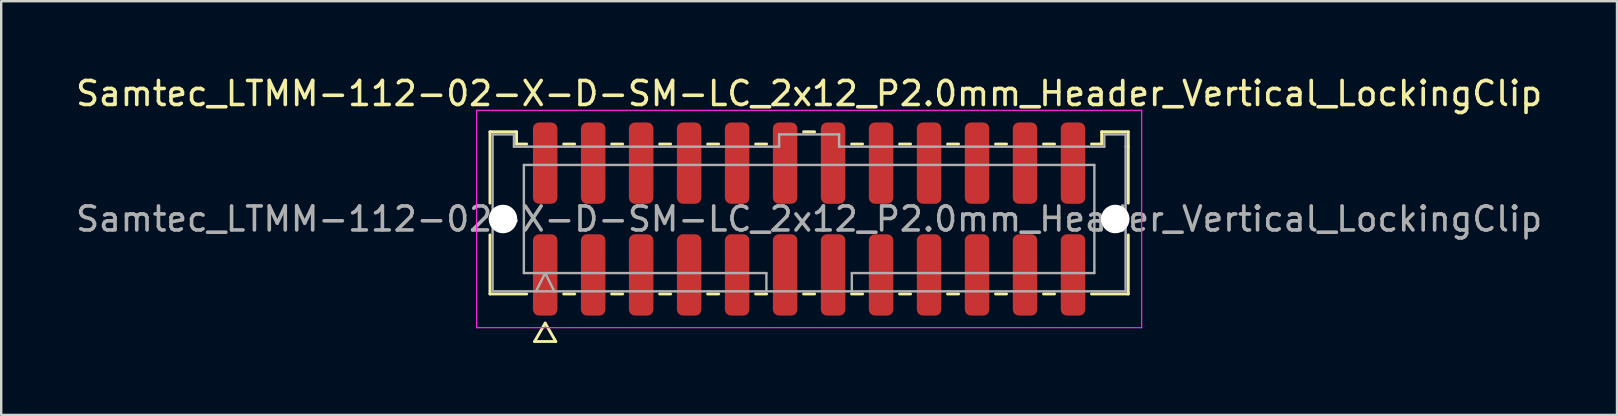
<source format=kicad_pcb>
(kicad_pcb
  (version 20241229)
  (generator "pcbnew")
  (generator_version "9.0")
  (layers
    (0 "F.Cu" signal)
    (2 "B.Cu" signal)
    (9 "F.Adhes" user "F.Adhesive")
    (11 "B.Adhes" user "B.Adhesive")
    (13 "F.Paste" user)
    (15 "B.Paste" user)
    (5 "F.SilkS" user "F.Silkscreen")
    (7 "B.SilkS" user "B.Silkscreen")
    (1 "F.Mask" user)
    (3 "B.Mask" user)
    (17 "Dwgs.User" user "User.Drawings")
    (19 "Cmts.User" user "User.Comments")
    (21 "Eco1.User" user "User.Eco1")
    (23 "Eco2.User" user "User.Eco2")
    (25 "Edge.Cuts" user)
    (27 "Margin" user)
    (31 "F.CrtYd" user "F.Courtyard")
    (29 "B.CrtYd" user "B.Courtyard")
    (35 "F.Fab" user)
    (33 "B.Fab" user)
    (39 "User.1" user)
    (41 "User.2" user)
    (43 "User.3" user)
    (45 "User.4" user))
  (footprint "Samtec_LTMM-112-02-X-D-SM-LC_2x12_P2.0mm_Header_Vertical_LockingClip"
    (layer "F.Cu")
    (at 30.673 6.078)
    (property "Reference" "Samtec_LTMM-112-02-X-D-SM-LC_2x12_P2.0mm_Header_Vertical_LockingClip" (at 0 -5.23 0) (layer "F.SilkS") (effects (font (size 1 1) (thickness 0.15))))
    (attr smd)
    (fp_line (start -13.302 -3.635) (end -12.193 -3.635) (stroke (width 0.12) (type solid)) (layer "F.SilkS"))
    (fp_line (start -13.302 -0.662) (end -13.302 -3.635) (stroke (width 0.12) (type solid)) (layer "F.SilkS"))
    (fp_line (start -13.302 3.125) (end -13.302 0.662) (stroke (width 0.12) (type solid)) (layer "F.SilkS"))
    (fp_line (start -12.193 -3.635) (end -12.193 -3.125) (stroke (width 0.12) (type solid)) (layer "F.SilkS"))
    (fp_line (start -12.193 -3.125) (end -11.77 -3.125) (stroke (width 0.12) (type solid)) (layer "F.SilkS"))
    (fp_line (start -11.77 3.125) (end -13.302 3.125) (stroke (width 0.12) (type solid)) (layer "F.SilkS"))
    (fp_line (start -11.442 5.105) (end -11 4.34) (stroke (width 0.12) (type solid)) (layer "F.SilkS"))
    (fp_line (start -11 4.34) (end -10.558 5.105) (stroke (width 0.12) (type solid)) (layer "F.SilkS"))
    (fp_line (start -10.558 5.105) (end -11.442 5.105) (stroke (width 0.12) (type solid)) (layer "F.SilkS"))
    (fp_line (start -10.23 -3.125) (end -9.77 -3.125) (stroke (width 0.12) (type solid)) (layer "F.SilkS"))
    (fp_line (start -9.77 3.125) (end -10.23 3.125) (stroke (width 0.12) (type solid)) (layer "F.SilkS"))
    (fp_line (start -8.23 -3.125) (end -7.77 -3.125) (stroke (width 0.12) (type solid)) (layer "F.SilkS"))
    (fp_line (start -7.77 3.125) (end -8.23 3.125) (stroke (width 0.12) (type solid)) (layer "F.SilkS"))
    (fp_line (start -6.23 -3.125) (end -5.77 -3.125) (stroke (width 0.12) (type solid)) (layer "F.SilkS"))
    (fp_line (start -5.77 3.125) (end -6.23 3.125) (stroke (width 0.12) (type solid)) (layer "F.SilkS"))
    (fp_line (start -4.23 -3.125) (end -3.77 -3.125) (stroke (width 0.12) (type solid)) (layer "F.SilkS"))
    (fp_line (start -3.77 3.125) (end -4.23 3.125) (stroke (width 0.12) (type solid)) (layer "F.SilkS"))
    (fp_line (start -2.23 -3.125) (end -1.77 -3.125) (stroke (width 0.12) (type solid)) (layer "F.SilkS"))
    (fp_line (start -1.77 3.125) (end -2.23 3.125) (stroke (width 0.12) (type solid)) (layer "F.SilkS"))
    (fp_line (start -0.23 -3.635) (end 0.23 -3.635) (stroke (width 0.12) (type solid)) (layer "F.SilkS"))
    (fp_line (start 0.23 3.125) (end -0.23 3.125) (stroke (width 0.12) (type solid)) (layer "F.SilkS"))
    (fp_line (start 1.77 -3.125) (end 2.23 -3.125) (stroke (width 0.12) (type solid)) (layer "F.SilkS"))
    (fp_line (start 2.23 3.125) (end 1.77 3.125) (stroke (width 0.12) (type solid)) (layer "F.SilkS"))
    (fp_line (start 3.77 -3.125) (end 4.23 -3.125) (stroke (width 0.12) (type solid)) (layer "F.SilkS"))
    (fp_line (start 4.23 3.125) (end 3.77 3.125) (stroke (width 0.12) (type solid)) (layer "F.SilkS"))
    (fp_line (start 5.77 -3.125) (end 6.23 -3.125) (stroke (width 0.12) (type solid)) (layer "F.SilkS"))
    (fp_line (start 6.23 3.125) (end 5.77 3.125) (stroke (width 0.12) (type solid)) (layer "F.SilkS"))
    (fp_line (start 7.77 -3.125) (end 8.23 -3.125) (stroke (width 0.12) (type solid)) (layer "F.SilkS"))
    (fp_line (start 8.23 3.125) (end 7.77 3.125) (stroke (width 0.12) (type solid)) (layer "F.SilkS"))
    (fp_line (start 9.77 -3.125) (end 10.23 -3.125) (stroke (width 0.12) (type solid)) (layer "F.SilkS"))
    (fp_line (start 10.23 3.125) (end 9.77 3.125) (stroke (width 0.12) (type solid)) (layer "F.SilkS"))
    (fp_line (start 11.77 -3.125) (end 12.193 -3.125) (stroke (width 0.12) (type solid)) (layer "F.SilkS"))
    (fp_line (start 12.193 -3.635) (end 13.302 -3.635) (stroke (width 0.12) (type solid)) (layer "F.SilkS"))
    (fp_line (start 12.193 -3.125) (end 12.193 -3.635) (stroke (width 0.12) (type solid)) (layer "F.SilkS"))
    (fp_line (start 13.302 -3.635) (end 13.302 -3.015) (stroke (width 0.12) (type solid)) (layer "F.SilkS"))
    (fp_line (start 13.302 -3.015) (end 13.302 -0.662) (stroke (width 0.12) (type solid)) (layer "F.SilkS"))
    (fp_line (start 13.302 0.662) (end 13.302 3.125) (stroke (width 0.12) (type solid)) (layer "F.SilkS"))
    (fp_line (start 13.302 3.125) (end 11.77 3.125) (stroke (width 0.12) (type solid)) (layer "F.SilkS"))
    (fp_line (start -13.86 -4.53) (end -13.86 4.53) (stroke (width 0.05) (type solid)) (layer "F.CrtYd"))
    (fp_line (start -13.86 4.53) (end 13.86 4.53) (stroke (width 0.05) (type solid)) (layer "F.CrtYd"))
    (fp_line (start 13.86 -4.53) (end -13.86 -4.53) (stroke (width 0.05) (type solid)) (layer "F.CrtYd"))
    (fp_line (start 13.86 4.53) (end 13.86 -4.53) (stroke (width 0.05) (type solid)) (layer "F.CrtYd"))
    (fp_line (start -13.191 -3.525) (end -12.303 -3.525) (stroke (width 0.1) (type solid)) (layer "F.Fab"))
    (fp_line (start -13.191 3.015) (end -13.191 -3.525) (stroke (width 0.1) (type solid)) (layer "F.Fab"))
    (fp_line (start -12.303 -3.525) (end -12.303 -3.015) (stroke (width 0.1) (type solid)) (layer "F.Fab"))
    (fp_line (start -12.303 -3.015) (end -1.25 -3.015) (stroke (width 0.1) (type solid)) (layer "F.Fab"))
    (fp_line (start -11.889 -2.253) (end 11.889 -2.253) (stroke (width 0.1) (type solid)) (layer "F.Fab"))
    (fp_line (start -11.889 2.253) (end -11.889 -2.253) (stroke (width 0.1) (type solid)) (layer "F.Fab"))
    (fp_line (start -11.381 3.015) (end -11 2.253) (stroke (width 0.1) (type solid)) (layer "F.Fab"))
    (fp_line (start -11 2.253) (end -10.619 3.015) (stroke (width 0.1) (type solid)) (layer "F.Fab"))
    (fp_line (start -1.78 2.253) (end -11.889 2.253) (stroke (width 0.1) (type solid)) (layer "F.Fab"))
    (fp_line (start -1.78 3.015) (end -1.78 2.253) (stroke (width 0.1) (type solid)) (layer "F.Fab"))
    (fp_line (start -1.25 -3.525) (end 1.25 -3.525) (stroke (width 0.1) (type solid)) (layer "F.Fab"))
    (fp_line (start -1.25 -3.015) (end -1.25 -3.525) (stroke (width 0.1) (type solid)) (layer "F.Fab"))
    (fp_line (start 1.25 -3.525) (end 1.25 -3.015) (stroke (width 0.1) (type solid)) (layer "F.Fab"))
    (fp_line (start 1.25 -3.015) (end 12.303 -3.015) (stroke (width 0.1) (type solid)) (layer "F.Fab"))
    (fp_line (start 1.78 2.253) (end 1.78 3.015) (stroke (width 0.1) (type solid)) (layer "F.Fab"))
    (fp_line (start 11.889 -2.253) (end 11.889 2.253) (stroke (width 0.1) (type solid)) (layer "F.Fab"))
    (fp_line (start 11.889 2.253) (end 1.78 2.253) (stroke (width 0.1) (type solid)) (layer "F.Fab"))
    (fp_line (start 12.303 -3.525) (end 13.191 -3.525) (stroke (width 0.1) (type solid)) (layer "F.Fab"))
    (fp_line (start 12.303 -3.015) (end 12.303 -3.525) (stroke (width 0.1) (type solid)) (layer "F.Fab"))
    (fp_line (start 13.191 -3.525) (end 13.191 -3.015) (stroke (width 0.1) (type solid)) (layer "F.Fab"))
    (fp_line (start 13.191 -3.015) (end 13.191 3.015) (stroke (width 0.1) (type solid)) (layer "F.Fab"))
    (fp_line (start 13.191 3.015) (end -13.191 3.015) (stroke (width 0.1) (type solid)) (layer "F.Fab"))
    (fp_text user "${REFERENCE}" (at 0 0 0) (layer "F.Fab") (effects (font (size 1 1) (thickness 0.15))))
    (pad "" np_thru_hole circle (at -12.76 0) (size 1.19 1.19) (drill 1.19) (layers "*.Cu" "*.Mask"))
    (pad "" np_thru_hole circle (at 12.76 0) (size 1.19 1.19) (drill 1.19) (layers "*.Cu" "*.Mask"))
    (pad "1" smd roundrect (at -11 2.33) (size 1.02 3.39) (layers "F.Cu" "F.Mask" "F.Paste") (roundrect_rratio 0.245))
    (pad "2" smd roundrect (at -11 -2.33) (size 1.02 3.39) (layers "F.Cu" "F.Mask" "F.Paste") (roundrect_rratio 0.245))
    (pad "3" smd roundrect (at -9 2.33) (size 1.02 3.39) (layers "F.Cu" "F.Mask" "F.Paste") (roundrect_rratio 0.245))
    (pad "4" smd roundrect (at -9 -2.33) (size 1.02 3.39) (layers "F.Cu" "F.Mask" "F.Paste") (roundrect_rratio 0.245))
    (pad "5" smd roundrect (at -7 2.33) (size 1.02 3.39) (layers "F.Cu" "F.Mask" "F.Paste") (roundrect_rratio 0.245))
    (pad "6" smd roundrect (at -7 -2.33) (size 1.02 3.39) (layers "F.Cu" "F.Mask" "F.Paste") (roundrect_rratio 0.245))
    (pad "7" smd roundrect (at -5 2.33) (size 1.02 3.39) (layers "F.Cu" "F.Mask" "F.Paste") (roundrect_rratio 0.245))
    (pad "8" smd roundrect (at -5 -2.33) (size 1.02 3.39) (layers "F.Cu" "F.Mask" "F.Paste") (roundrect_rratio 0.245))
    (pad "9" smd roundrect (at -3 2.33) (size 1.02 3.39) (layers "F.Cu" "F.Mask" "F.Paste") (roundrect_rratio 0.245))
    (pad "10" smd roundrect (at -3 -2.33) (size 1.02 3.39) (layers "F.Cu" "F.Mask" "F.Paste") (roundrect_rratio 0.245))
    (pad "11" smd roundrect (at -1 2.33) (size 1.02 3.39) (layers "F.Cu" "F.Mask" "F.Paste") (roundrect_rratio 0.245))
    (pad "12" smd roundrect (at -1 -2.33) (size 1.02 3.39) (layers "F.Cu" "F.Mask" "F.Paste") (roundrect_rratio 0.245))
    (pad "13" smd roundrect (at 1 2.33) (size 1.02 3.39) (layers "F.Cu" "F.Mask" "F.Paste") (roundrect_rratio 0.245))
    (pad "14" smd roundrect (at 1 -2.33) (size 1.02 3.39) (layers "F.Cu" "F.Mask" "F.Paste") (roundrect_rratio 0.245))
    (pad "15" smd roundrect (at 3 2.33) (size 1.02 3.39) (layers "F.Cu" "F.Mask" "F.Paste") (roundrect_rratio 0.245))
    (pad "16" smd roundrect (at 3 -2.33) (size 1.02 3.39) (layers "F.Cu" "F.Mask" "F.Paste") (roundrect_rratio 0.245))
    (pad "17" smd roundrect (at 5 2.33) (size 1.02 3.39) (layers "F.Cu" "F.Mask" "F.Paste") (roundrect_rratio 0.245))
    (pad "18" smd roundrect (at 5 -2.33) (size 1.02 3.39) (layers "F.Cu" "F.Mask" "F.Paste") (roundrect_rratio 0.245))
    (pad "19" smd roundrect (at 7 2.33) (size 1.02 3.39) (layers "F.Cu" "F.Mask" "F.Paste") (roundrect_rratio 0.245))
    (pad "20" smd roundrect (at 7 -2.33) (size 1.02 3.39) (layers "F.Cu" "F.Mask" "F.Paste") (roundrect_rratio 0.245))
    (pad "21" smd roundrect (at 9 2.33) (size 1.02 3.39) (layers "F.Cu" "F.Mask" "F.Paste") (roundrect_rratio 0.245))
    (pad "22" smd roundrect (at 9 -2.33) (size 1.02 3.39) (layers "F.Cu" "F.Mask" "F.Paste") (roundrect_rratio 0.245))
    (pad "23" smd roundrect (at 11 2.33) (size 1.02 3.39) (layers "F.Cu" "F.Mask" "F.Paste") (roundrect_rratio 0.245))
    (pad "24" smd roundrect (at 11 -2.33) (size 1.02 3.39) (layers "F.Cu" "F.Mask" "F.Paste") (roundrect_rratio 0.245)))
  (gr_rect
    (start -3 -3)
    (end 64.345 14.243)
    (stroke (width 0.1) (type default))
    (fill no)
    (layer "Edge.Cuts")))
</source>
